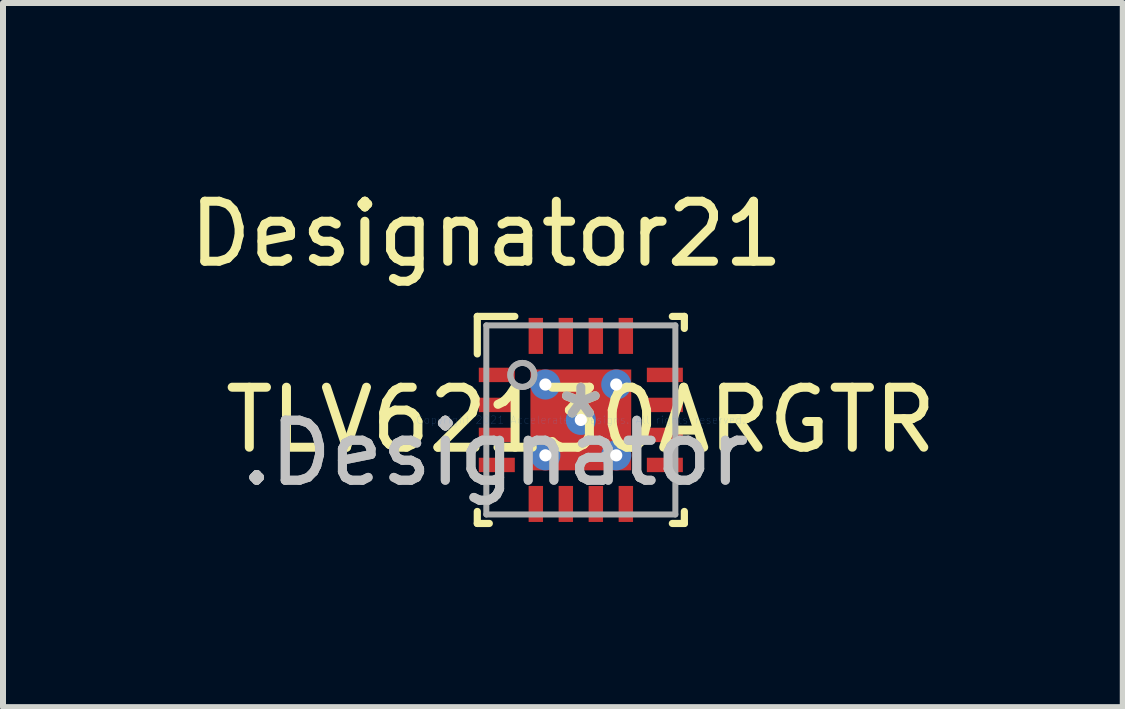
<source format=kicad_pcb>
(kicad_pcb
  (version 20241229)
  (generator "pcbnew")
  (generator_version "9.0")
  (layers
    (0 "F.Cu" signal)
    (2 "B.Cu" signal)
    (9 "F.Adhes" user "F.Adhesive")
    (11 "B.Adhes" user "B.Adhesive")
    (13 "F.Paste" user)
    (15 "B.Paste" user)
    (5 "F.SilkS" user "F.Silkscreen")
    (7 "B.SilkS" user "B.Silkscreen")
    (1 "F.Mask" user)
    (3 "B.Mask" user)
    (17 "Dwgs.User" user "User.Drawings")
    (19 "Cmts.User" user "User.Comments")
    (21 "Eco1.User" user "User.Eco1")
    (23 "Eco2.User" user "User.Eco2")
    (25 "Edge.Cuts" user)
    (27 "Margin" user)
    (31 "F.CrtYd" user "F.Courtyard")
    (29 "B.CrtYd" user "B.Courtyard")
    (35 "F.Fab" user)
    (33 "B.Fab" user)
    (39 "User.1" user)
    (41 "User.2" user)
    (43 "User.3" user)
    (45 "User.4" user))
  (footprint "TLV62130ARGTR"
    (layer "F.Cu")
    (at 6.628 3.947)
    (property "Reference" "TLV62130ARGTR" (at 0 0 0) (layer "F.SilkS") (effects (font (size 1 1) (thickness 0.15))))
    (attr through_hole)
    (fp_line (start -1.725 -1.725) (end -1.1 -1.725) (stroke (width 0.12) (type solid)) (layer "F.SilkS"))
    (fp_line (start -1.725 -1.1) (end -1.725 -1.725) (stroke (width 0.12) (type solid)) (layer "F.SilkS"))
    (fp_line (start -1.725 1.725) (end -1.725 1.525) (stroke (width 0.12) (type solid)) (layer "F.SilkS"))
    (fp_line (start -1.725 1.725) (end -1.525 1.725) (stroke (width 0.12) (type solid)) (layer "F.SilkS"))
    (fp_line (start 1.525 -1.725) (end 1.725 -1.725) (stroke (width 0.12) (type solid)) (layer "F.SilkS"))
    (fp_line (start 1.525 1.725) (end 1.725 1.725) (stroke (width 0.12) (type solid)) (layer "F.SilkS"))
    (fp_line (start 1.725 -1.525) (end 1.725 -1.725) (stroke (width 0.12) (type solid)) (layer "F.SilkS"))
    (fp_line (start 1.725 1.725) (end 1.725 1.525) (stroke (width 0.12) (type solid)) (layer "F.SilkS"))
    (fp_poly (pts (xy -0.775 0.728) (xy -0.775 -0.729) (xy -0.774 -0.738) (xy -0.771 -0.746) (xy -0.767 -0.754) (xy -0.761 -0.761) (xy -0.754 -0.767) (xy -0.746 -0.771) (xy -0.738 -0.774) (xy -0.728 -0.775) (xy 0.729 -0.775) (xy 0.738 -0.774) (xy 0.746 -0.771) (xy 0.754 -0.767) (xy 0.761 -0.761) (xy 0.767 -0.754) (xy 0.771 -0.746) (xy 0.774 -0.738) (xy 0.775 -0.729) (xy 0.775 0.728) (xy 0.774 0.738) (xy 0.771 0.746) (xy 0.767 0.754) (xy 0.761 0.761) (xy 0.754 0.767) (xy 0.746 0.771) (xy 0.738 0.774) (xy 0.729 0.775) (xy -0.728 0.775) (xy -0.738 0.774) (xy -0.746 0.771) (xy -0.754 0.767) (xy -0.761 0.761) (xy -0.767 0.754) (xy -0.771 0.746) (xy -0.774 0.738)) (stroke (width 0.1) (type solid)) (fill yes) (layer "F.Paste"))
    (fp_line (start -1.575 -1.575) (end 1.575 -1.575) (stroke (width 0.1) (type solid)) (layer "F.Fab"))
    (fp_line (start -1.575 1.575) (end -1.575 -1.575) (stroke (width 0.1) (type solid)) (layer "F.Fab"))
    (fp_line (start -1.575 1.575) (end 1.575 1.575) (stroke (width 0.1) (type solid)) (layer "F.Fab"))
    (fp_line (start 1.575 1.575) (end 1.575 -1.575) (stroke (width 0.1) (type solid)) (layer "F.Fab"))
    (fp_circle (center -0.975 -0.75) (end -0.775 -0.75) (stroke (width 0.1) (type solid)) (fill no) (layer "F.Fab"))
    (fp_circle (center -0.975 -0.75) (end -0.775 -0.75) (stroke (width 0.1) (type solid)) (fill no) (layer "F.Fab"))
    (fp_text user "*" (at 0 0 0) (layer "F.SilkS") (effects (font (size 1 1) (thickness 0.15))))
    (fp_text user "Designator21" (at -1.575 -3.099 0) (layer "F.SilkS") (effects (font (size 1 1) (thickness 0.15))))
    (fp_text user ".Designator" (at -1.425 0.55 0) (layer "Dwgs.User") (effects (font (size 1 1) (thickness 0.15))))
    (fp_text user "Copyright 2021 Accelerated Designs. All rights reserved." (at 0 0 0) (layer "Cmts.User") (effects (font (size 0.127 0.127) (thickness 0.002))))
    (fp_text user "*" (at 0 0 0) (layer "F.Fab") (effects (font (size 1 1) (thickness 0.15))))
    (fp_text user ".Designator" (at -1.425 0.55 0) (layer "F.Fab") (effects (font (size 1 1) (thickness 0.15))))
    (pad "1" smd rect (at -1.4 -0.75 90) (size 0.24 0.6) (layers "F.Cu" "F.Mask" "F.Paste"))
    (pad "2" smd rect (at -1.4 -0.25 90) (size 0.24 0.6) (layers "F.Cu" "F.Mask" "F.Paste"))
    (pad "3" smd rect (at -1.4 0.25 90) (size 0.24 0.6) (layers "F.Cu" "F.Mask" "F.Paste"))
    (pad "4" smd rect (at -1.4 0.75 90) (size 0.24 0.6) (layers "F.Cu" "F.Mask" "F.Paste"))
    (pad "5" smd rect (at -0.75 1.4) (size 0.24 0.6) (layers "F.Cu" "F.Mask" "F.Paste"))
    (pad "6" smd rect (at -0.25 1.4) (size 0.24 0.6) (layers "F.Cu" "F.Mask" "F.Paste"))
    (pad "7" smd rect (at 0.25 1.4) (size 0.24 0.6) (layers "F.Cu" "F.Mask" "F.Paste"))
    (pad "8" smd rect (at 0.75 1.4) (size 0.24 0.6) (layers "F.Cu" "F.Mask" "F.Paste"))
    (pad "9" smd rect (at 1.4 0.75 90) (size 0.24 0.6) (layers "F.Cu" "F.Mask" "F.Paste"))
    (pad "10" smd rect (at 1.4 0.25 90) (size 0.24 0.6) (layers "F.Cu" "F.Mask" "F.Paste"))
    (pad "11" smd rect (at 1.4 -0.25 90) (size 0.24 0.6) (layers "F.Cu" "F.Mask" "F.Paste"))
    (pad "12" smd rect (at 1.4 -0.75 90) (size 0.24 0.6) (layers "F.Cu" "F.Mask" "F.Paste"))
    (pad "13" smd rect (at 0.75 -1.4) (size 0.24 0.6) (layers "F.Cu" "F.Mask" "F.Paste"))
    (pad "14" smd rect (at 0.25 -1.4) (size 0.24 0.6) (layers "F.Cu" "F.Mask" "F.Paste"))
    (pad "15" smd rect (at -0.25 -1.4) (size 0.24 0.6) (layers "F.Cu" "F.Mask" "F.Paste"))
    (pad "16" smd rect (at -0.75 -1.4) (size 0.24 0.6) (layers "F.Cu" "F.Mask" "F.Paste"))
    (pad "17" smd rect (at 0.000005 -0.000003) (size 1.68 1.68) (layers "F.Cu" "F.Mask"))
    (pad "V" thru_hole circle (at -0.59 -0.59) (size 0.5 0.5) (drill 0.203) (layers "*.Cu" "*.Mask"))
    (pad "V" thru_hole circle (at -0.59 0.59) (size 0.5 0.5) (drill 0.203) (layers "*.Cu" "*.Mask"))
    (pad "V" thru_hole circle (at 0.000003 -0.000003) (size 0.5 0.5) (drill 0.203) (layers "*.Cu" "*.Mask"))
    (pad "V" thru_hole circle (at 0.59 -0.59) (size 0.5 0.5) (drill 0.203) (layers "*.Cu" "*.Mask"))
    (pad "V" thru_hole circle (at 0.59 0.59) (size 0.5 0.5) (drill 0.203) (layers "*.Cu" "*.Mask")))
  (gr_rect
    (start -3 -3)
    (end 15.658 8.732)
    (stroke (width 0.1) (type default))
    (fill no)
    (layer "Edge.Cuts")))
</source>
